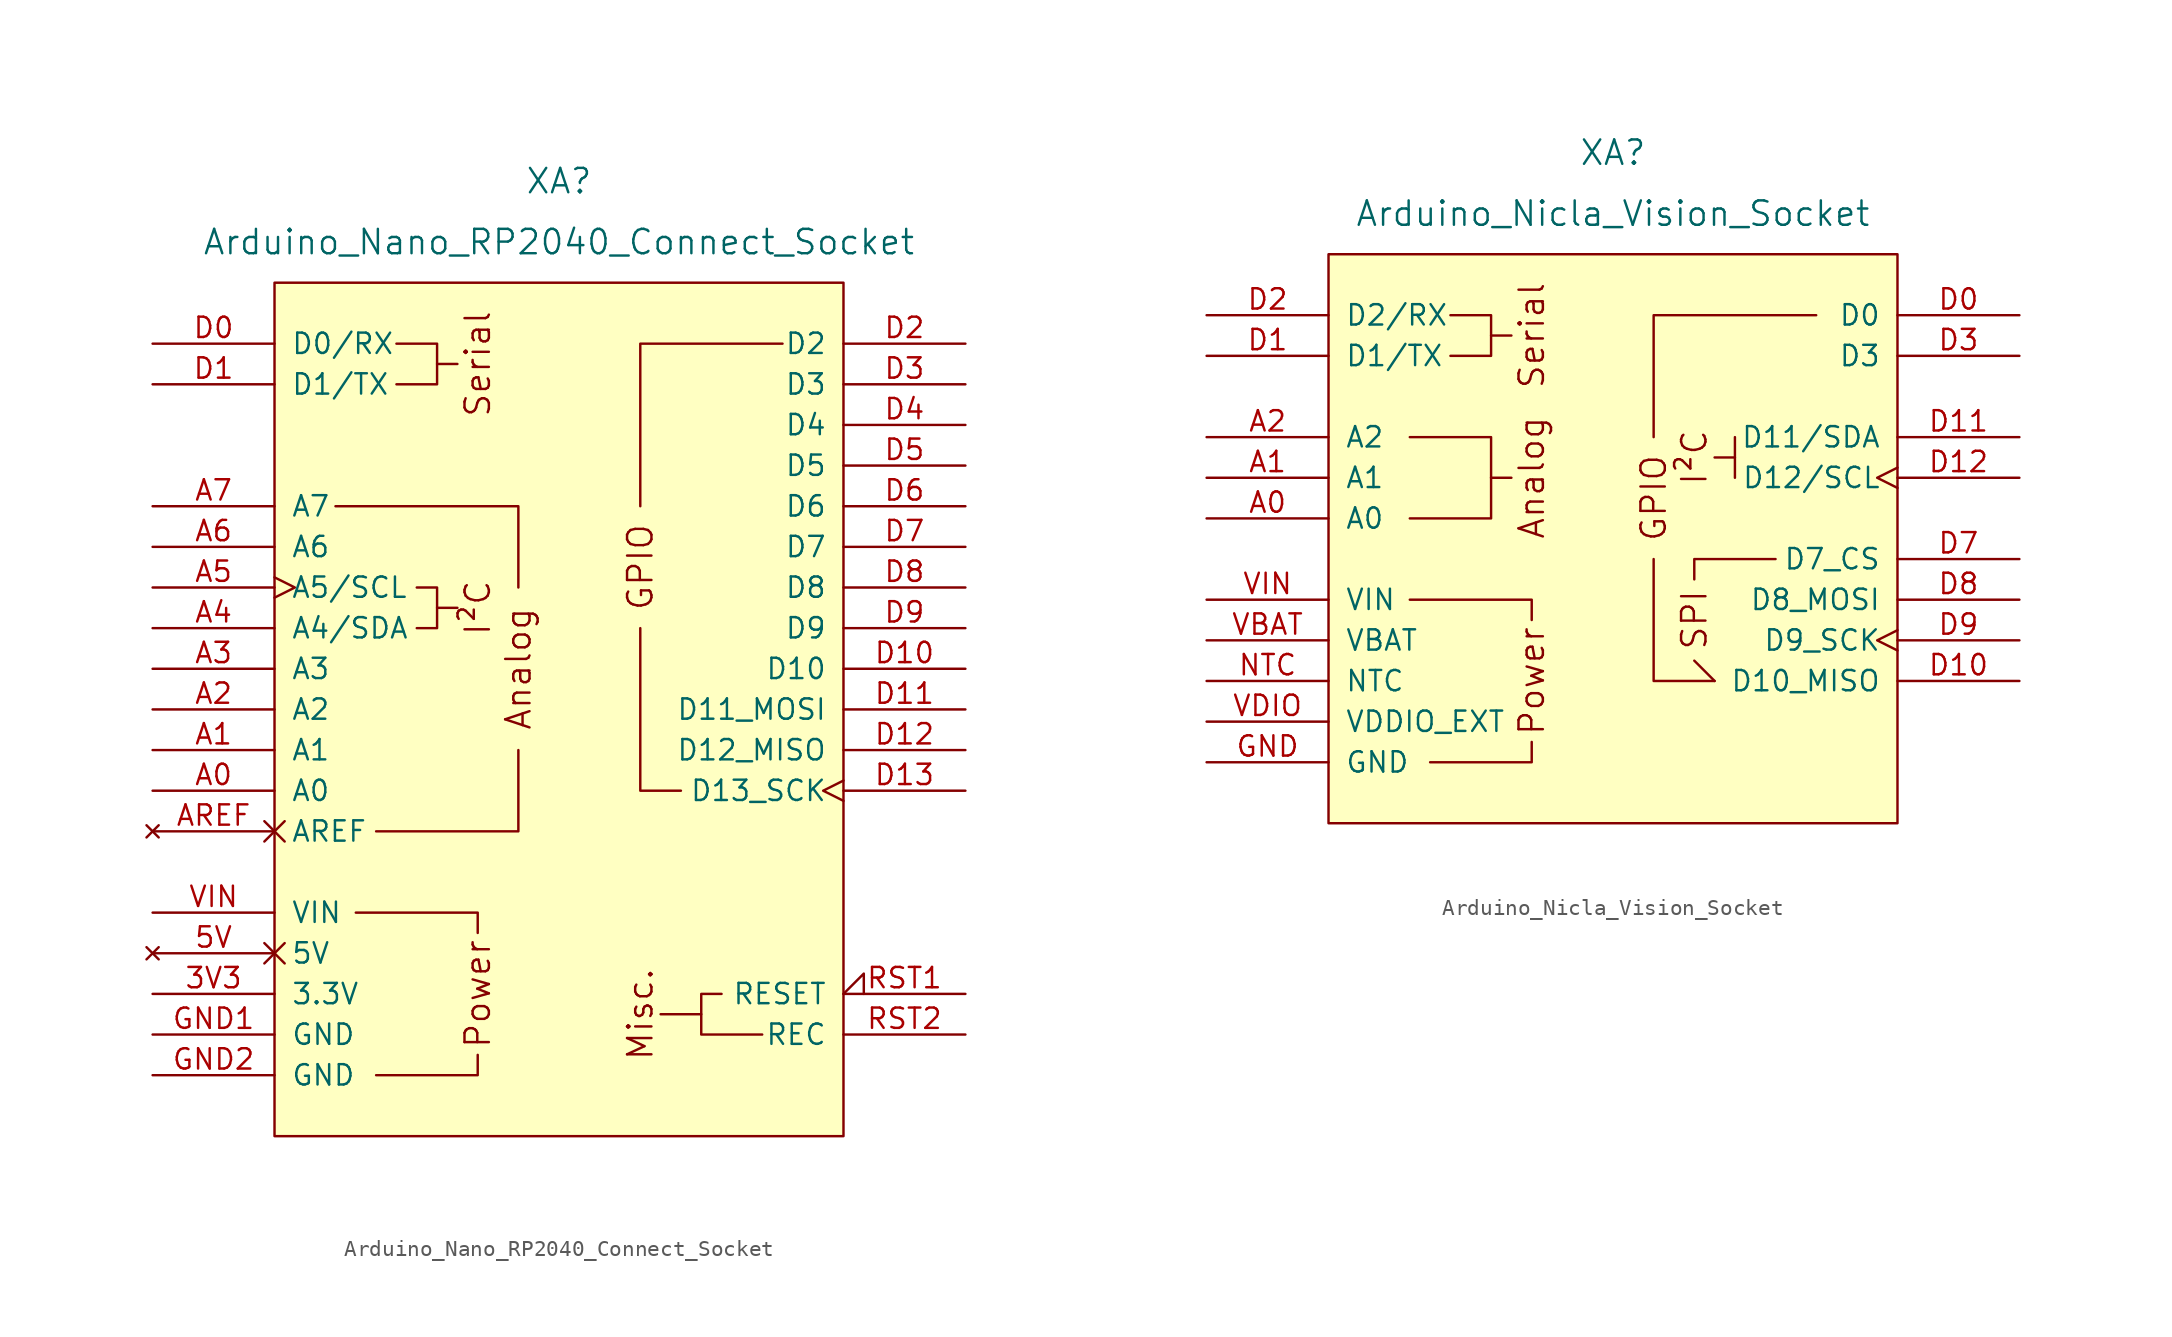
<source format=kicad_sym>
(kicad_symbol_lib
  (version 20211014)
  (generator kicad_symbol_editor)
  (symbol "Arduino_Nano_RP2040_Connect_Socket"
    (pin_names
      (offset 1.016))
    (property "Reference" "XA"
      (at 0 33.02 0)
      (effects (font (size 1.524 1.524))))
    (property "Value" "Arduino_Nano_RP2040_Connect_Socket"
      (at 0 29.21 0)
      (effects (font (size 1.524 1.524))))
    (symbol "Arduino_Nano_RP2040_Connect_Socket_0_0"
      (rectangle (start -17.78 26.67) (end 17.78 -26.67) (stroke (width 0) (type default) (color 0 0 0 0)) (fill (type background)))
      (polyline (pts (xy -7.62 6.35) (xy -6.35 6.35)) (stroke (width 0) (type default) (color 0 0 0 0)) (fill (type none)))
      (polyline (pts (xy -7.62 21.59) (xy -6.35 21.59)) (stroke (width 0) (type default) (color 0 0 0 0)) (fill (type none)))
      (polyline (pts (xy 8.89 -19.05) (xy 6.35 -19.05)) (stroke (width 0) (type default) (color 0 0 0 0)) (fill (type none)))
      (polyline (pts (xy -11.43 -22.86) (xy -5.08 -22.86) (xy -5.08 -21.59)) (stroke (width 0) (type default) (color 0 0 0 0)) (fill (type none)))
      (polyline (pts (xy -5.08 -13.97) (xy -5.08 -12.7) (xy -12.7 -12.7)) (stroke (width 0) (type default) (color 0 0 0 0)) (fill (type none)))
      (polyline (pts (xy -10.16 22.86) (xy -7.62 22.86) (xy -7.62 20.32) (xy -10.16 20.32)) (stroke (width 0) (type default) (color 0 0 0 0)) (fill (type none)))
      (polyline (pts (xy -8.89 7.62) (xy -7.62 7.62) (xy -7.62 5.08) (xy -8.89 5.08)) (stroke (width 0) (type default) (color 0 0 0 0)) (fill (type none)))
      (text "Analog" (at -2.54 2.54 900) (effects (font (size 1.524 1.524))))
      (text "I²C" (at -5.08 6.35 900) (effects (font (size 1.524 1.524))))
      (text "Misc." (at 5.08 -19.05 900) (effects (font (size 1.524 1.524))))
      (text "Power" (at -5.08 -17.78 900) (effects (font (size 1.524 1.524))))
      (text "Serial" (at -5.08 21.59 900) (effects (font (size 1.524 1.524)))))
    (symbol "Arduino_Nano_RP2040_Connect_Socket_0_1"
      (polyline (pts (xy -13.97 12.7) (xy -2.54 12.7) (xy -2.54 7.62)) (stroke (width 0) (type default) (color 0 0 0 0)) (fill (type none)))
      (polyline (pts (xy -11.43 -7.62) (xy -2.54 -7.62) (xy -2.54 -2.54)) (stroke (width 0) (type default) (color 0 0 0 0)) (fill (type none)))
      (polyline (pts (xy 7.62 -5.08) (xy 5.08 -5.08) (xy 5.08 5.08)) (stroke (width 0) (type default) (color 0 0 0 0)) (fill (type none)))
      (polyline (pts (xy 13.97 22.86) (xy 5.08 22.86) (xy 5.08 12.7)) (stroke (width 0) (type default) (color 0 0 0 0)) (fill (type none)))
      (polyline (pts (xy 10.16 -17.78) (xy 8.89 -17.78) (xy 8.89 -20.32) (xy 12.7 -20.32)) (stroke (width 0) (type default) (color 0 0 0 0)) (fill (type none))))
    (symbol "Arduino_Nano_RP2040_Connect_Socket_1_0"
      (text "GPIO" (at 5.08 8.89 900) (effects (font (size 1.524 1.524)))))
    (symbol "Arduino_Nano_RP2040_Connect_Socket_1_1"
      (pin power_in line (at -25.4 -17.78 0) (length 7.62) (name "3.3V" (effects (font (size 1.27 1.27)))) (number "3V3" (effects (font (size 1.27 1.27)))))
      (pin no_connect non_logic (at -25.4 -15.24 0) (length 7.62) (name "5V" (effects (font (size 1.27 1.27)))) (number "5V" (effects (font (size 1.27 1.27)))))
      (pin bidirectional line (at -25.4 -5.08 0) (length 7.62) (name "A0" (effects (font (size 1.27 1.27)))) (number "A0" (effects (font (size 1.27 1.27)))))
      (pin bidirectional line (at -25.4 -2.54 0) (length 7.62) (name "A1" (effects (font (size 1.27 1.27)))) (number "A1" (effects (font (size 1.27 1.27)))))
      (pin bidirectional line (at -25.4 0 0) (length 7.62) (name "A2" (effects (font (size 1.27 1.27)))) (number "A2" (effects (font (size 1.27 1.27)))))
      (pin bidirectional line (at -25.4 2.54 0) (length 7.62) (name "A3" (effects (font (size 1.27 1.27)))) (number "A3" (effects (font (size 1.27 1.27)))))
      (pin bidirectional line (at -25.4 5.08 0) (length 7.62) (name "A4/SDA" (effects (font (size 1.27 1.27)))) (number "A4" (effects (font (size 1.27 1.27)))))
      (pin bidirectional clock (at -25.4 7.62 0) (length 7.62) (name "A5/SCL" (effects (font (size 1.27 1.27)))) (number "A5" (effects (font (size 1.27 1.27)))))
      (pin input line (at -25.4 10.16 0) (length 7.62) (name "A6" (effects (font (size 1.27 1.27)))) (number "A6" (effects (font (size 1.27 1.27)))))
      (pin input line (at -25.4 12.7 0) (length 7.62) (name "A7" (effects (font (size 1.27 1.27)))) (number "A7" (effects (font (size 1.27 1.27)))))
      (pin no_connect non_logic (at -25.4 -7.62 0) (length 7.62) (name "AREF" (effects (font (size 1.27 1.27)))) (number "AREF" (effects (font (size 1.27 1.27)))))
      (pin bidirectional line (at -25.4 22.86 0) (length 7.62) (name "D0/RX" (effects (font (size 1.27 1.27)))) (number "D0" (effects (font (size 1.27 1.27)))))
      (pin bidirectional line (at -25.4 20.32 0) (length 7.62) (name "D1/TX" (effects (font (size 1.27 1.27)))) (number "D1" (effects (font (size 1.27 1.27)))))
      (pin bidirectional line (at 25.4 2.54 180) (length 7.62) (name "D10" (effects (font (size 1.27 1.27)))) (number "D10" (effects (font (size 1.27 1.27)))))
      (pin bidirectional line (at 25.4 0 180) (length 7.62) (name "D11_MOSI" (effects (font (size 1.27 1.27)))) (number "D11" (effects (font (size 1.27 1.27)))))
      (pin bidirectional line (at 25.4 -2.54 180) (length 7.62) (name "D12_MISO" (effects (font (size 1.27 1.27)))) (number "D12" (effects (font (size 1.27 1.27)))))
      (pin bidirectional clock (at 25.4 -5.08 180) (length 7.62) (name "D13_SCK" (effects (font (size 1.27 1.27)))) (number "D13" (effects (font (size 1.27 1.27)))))
      (pin bidirectional line (at 25.4 22.86 180) (length 7.62) (name "D2" (effects (font (size 1.27 1.27)))) (number "D2" (effects (font (size 1.27 1.27)))))
      (pin bidirectional line (at 25.4 20.32 180) (length 7.62) (name "D3" (effects (font (size 1.27 1.27)))) (number "D3" (effects (font (size 1.27 1.27)))))
      (pin bidirectional line (at 25.4 17.78 180) (length 7.62) (name "D4" (effects (font (size 1.27 1.27)))) (number "D4" (effects (font (size 1.27 1.27)))))
      (pin bidirectional line (at 25.4 15.24 180) (length 7.62) (name "D5" (effects (font (size 1.27 1.27)))) (number "D5" (effects (font (size 1.27 1.27)))))
      (pin bidirectional line (at 25.4 12.7 180) (length 7.62) (name "D6" (effects (font (size 1.27 1.27)))) (number "D6" (effects (font (size 1.27 1.27)))))
      (pin bidirectional line (at 25.4 10.16 180) (length 7.62) (name "D7" (effects (font (size 1.27 1.27)))) (number "D7" (effects (font (size 1.27 1.27)))))
      (pin bidirectional line (at 25.4 7.62 180) (length 7.62) (name "D8" (effects (font (size 1.27 1.27)))) (number "D8" (effects (font (size 1.27 1.27)))))
      (pin bidirectional line (at 25.4 5.08 180) (length 7.62) (name "D9" (effects (font (size 1.27 1.27)))) (number "D9" (effects (font (size 1.27 1.27)))))
      (pin power_in line (at -25.4 -20.32 0) (length 7.62) (name "GND" (effects (font (size 1.27 1.27)))) (number "GND1" (effects (font (size 1.27 1.27)))))
      (pin power_in line (at -25.4 -22.86 0) (length 7.62) (name "GND" (effects (font (size 1.27 1.27)))) (number "GND2" (effects (font (size 1.27 1.27)))))
      (pin open_collector input_low (at 25.4 -17.78 180) (length 7.62) (name "RESET" (effects (font (size 1.27 1.27)))) (number "RST1" (effects (font (size 1.27 1.27)))))
      (pin bidirectional line (at 25.4 -20.32 180) (length 7.62) (name "REC" (effects (font (size 1.27 1.27)))) (number "RST2" (effects (font (size 1.27 1.27)))))
      (pin power_in line (at -25.4 -12.7 0) (length 7.62) (name "VIN" (effects (font (size 1.27 1.27)))) (number "VIN" (effects (font (size 1.27 1.27)))))))
  (symbol "Arduino_Nicla_Vision_Socket"
    (pin_names
      (offset 1.016))
    (property "Reference" "XA"
      (at 0 33.02 0)
      (effects (font (size 1.524 1.524))))
    (property "Value" "Arduino_Nicla_Vision_Socket"
      (at 0 29.21 0)
      (effects (font (size 1.524 1.524))))
    (symbol "Arduino_Nicla_Vision_Socket_0_0"
      (rectangle (start -17.78 26.67) (end 17.78 -8.89) (stroke (width 0) (type default) (color 0 0 0 0)) (fill (type background)))
      (polyline (pts (xy -7.62 12.7) (xy -6.35 12.7)) (stroke (width 0) (type default) (color 0 0 0 0)) (fill (type none)))
      (polyline (pts (xy -7.62 21.59) (xy -6.35 21.59)) (stroke (width 0) (type default) (color 0 0 0 0)) (fill (type none)))
      (polyline (pts (xy 7.62 13.97) (xy 6.35 13.97)) (stroke (width 0) (type default) (color 0 0 0 0)) (fill (type none)))
      (polyline (pts (xy -11.43 -5.08) (xy -5.08 -5.08) (xy -5.08 -3.81)) (stroke (width 0) (type default) (color 0 0 0 0)) (fill (type none)))
      (polyline (pts (xy -5.08 3.81) (xy -5.08 5.08) (xy -12.7 5.08)) (stroke (width 0) (type default) (color 0 0 0 0)) (fill (type none)))
      (polyline (pts (xy -10.16 22.86) (xy -7.62 22.86) (xy -7.62 20.32) (xy -10.16 20.32)) (stroke (width 0) (type default) (color 0 0 0 0)) (fill (type none)))
      (polyline (pts (xy 5.08 6.35) (xy 5.08 6.35) (xy 5.08 7.62) (xy 10.16 7.62)) (stroke (width 0) (type default) (color 0 0 0 0)) (fill (type none)))
      (polyline (pts (xy 6.35 0) (xy 6.35 0) (xy 6.35 0) (xy 5.08 1.27)) (stroke (width 0) (type default) (color 0 0 0 0)) (fill (type none)))
      (polyline (pts (xy 7.62 12.7) (xy 7.62 12.7) (xy 7.62 15.24) (xy 7.62 15.24)) (stroke (width 0) (type default) (color 0 0 0 0)) (fill (type none)))
      (text "Analog" (at -5.08 12.7 900) (effects (font (size 1.524 1.524))))
      (text "I²C" (at 5.08 13.97 900) (effects (font (size 1.524 1.524))))
      (text "Power" (at -5.08 0 900) (effects (font (size 1.524 1.524))))
      (text "Serial" (at -5.08 21.59 900) (effects (font (size 1.524 1.524)))))
    (symbol "Arduino_Nicla_Vision_Socket_0_1"
      (polyline (pts (xy -12.7 10.16) (xy -7.62 10.16) (xy -7.62 12.7)) (stroke (width 0) (type default) (color 0 0 0 0)) (fill (type none)))
      (polyline (pts (xy -12.7 15.24) (xy -7.62 15.24) (xy -7.62 12.7)) (stroke (width 0) (type default) (color 0 0 0 0)) (fill (type none)))
      (polyline (pts (xy 6.35 0) (xy 2.54 0) (xy 2.54 7.62)) (stroke (width 0) (type default) (color 0 0 0 0)) (fill (type none)))
      (polyline (pts (xy 12.7 22.86) (xy 2.54 22.86) (xy 2.54 15.24)) (stroke (width 0) (type default) (color 0 0 0 0)) (fill (type none))))
    (symbol "Arduino_Nicla_Vision_Socket_1_0"
      (text "GPIO" (at 2.54 11.43 900) (effects (font (size 1.524 1.524))))
      (text "SPI" (at 5.08 3.81 900) (effects (font (size 1.524 1.524)))))
    (symbol "Arduino_Nicla_Vision_Socket_1_1"
      (pin bidirectional line (at -25.4 10.16 0) (length 7.62) (name "A0" (effects (font (size 1.27 1.27)))) (number "A0" (effects (font (size 1.27 1.27)))))
      (pin bidirectional line (at -25.4 12.7 0) (length 7.62) (name "A1" (effects (font (size 1.27 1.27)))) (number "A1" (effects (font (size 1.27 1.27)))))
      (pin bidirectional line (at -25.4 15.24 0) (length 7.62) (name "A2" (effects (font (size 1.27 1.27)))) (number "A2" (effects (font (size 1.27 1.27)))))
      (pin bidirectional line (at 25.4 22.86 180) (length 7.62) (name "D0" (effects (font (size 1.27 1.27)))) (number "D0" (effects (font (size 1.27 1.27)))))
      (pin bidirectional line (at -25.4 20.32 0) (length 7.62) (name "D1/TX" (effects (font (size 1.27 1.27)))) (number "D1" (effects (font (size 1.27 1.27)))))
      (pin bidirectional line (at 25.4 0 180) (length 7.62) (name "D10_MISO" (effects (font (size 1.27 1.27)))) (number "D10" (effects (font (size 1.27 1.27)))))
      (pin bidirectional line (at 25.4 15.24 180) (length 7.62) (name "D11/SDA" (effects (font (size 1.27 1.27)))) (number "D11" (effects (font (size 1.27 1.27)))))
      (pin bidirectional clock (at 25.4 12.7 180) (length 7.62) (name "D12/SCL" (effects (font (size 1.27 1.27)))) (number "D12" (effects (font (size 1.27 1.27)))))
      (pin bidirectional line (at -25.4 22.86 0) (length 7.62) (name "D2/RX" (effects (font (size 1.27 1.27)))) (number "D2" (effects (font (size 1.27 1.27)))))
      (pin bidirectional line (at 25.4 20.32 180) (length 7.62) (name "D3" (effects (font (size 1.27 1.27)))) (number "D3" (effects (font (size 1.27 1.27)))))
      (pin bidirectional line (at 25.4 7.62 180) (length 7.62) (name "D7_CS" (effects (font (size 1.27 1.27)))) (number "D7" (effects (font (size 1.27 1.27)))))
      (pin bidirectional line (at 25.4 5.08 180) (length 7.62) (name "D8_MOSI" (effects (font (size 1.27 1.27)))) (number "D8" (effects (font (size 1.27 1.27)))))
      (pin bidirectional clock (at 25.4 2.54 180) (length 7.62) (name "D9_SCK" (effects (font (size 1.27 1.27)))) (number "D9" (effects (font (size 1.27 1.27)))))
      (pin power_in line (at -25.4 -5.08 0) (length 7.62) (name "GND" (effects (font (size 1.27 1.27)))) (number "GND" (effects (font (size 1.27 1.27)))))
      (pin input line (at -25.4 0 0) (length 7.62) (name "NTC" (effects (font (size 1.27 1.27)))) (number "NTC" (effects (font (size 1.27 1.27)))))
      (pin power_in line (at -25.4 2.54 0) (length 7.62) (name "VBAT" (effects (font (size 1.27 1.27)))) (number "VBAT" (effects (font (size 1.27 1.27)))))
      (pin power_out line (at -25.4 -2.54 0) (length 7.62) (name "VDDIO_EXT" (effects (font (size 1.27 1.27)))) (number "VDIO" (effects (font (size 1.27 1.27)))))
      (pin power_in line (at -25.4 5.08 0) (length 7.62) (name "VIN" (effects (font (size 1.27 1.27)))) (number "VIN" (effects (font (size 1.27 1.27))))))))
</source>
